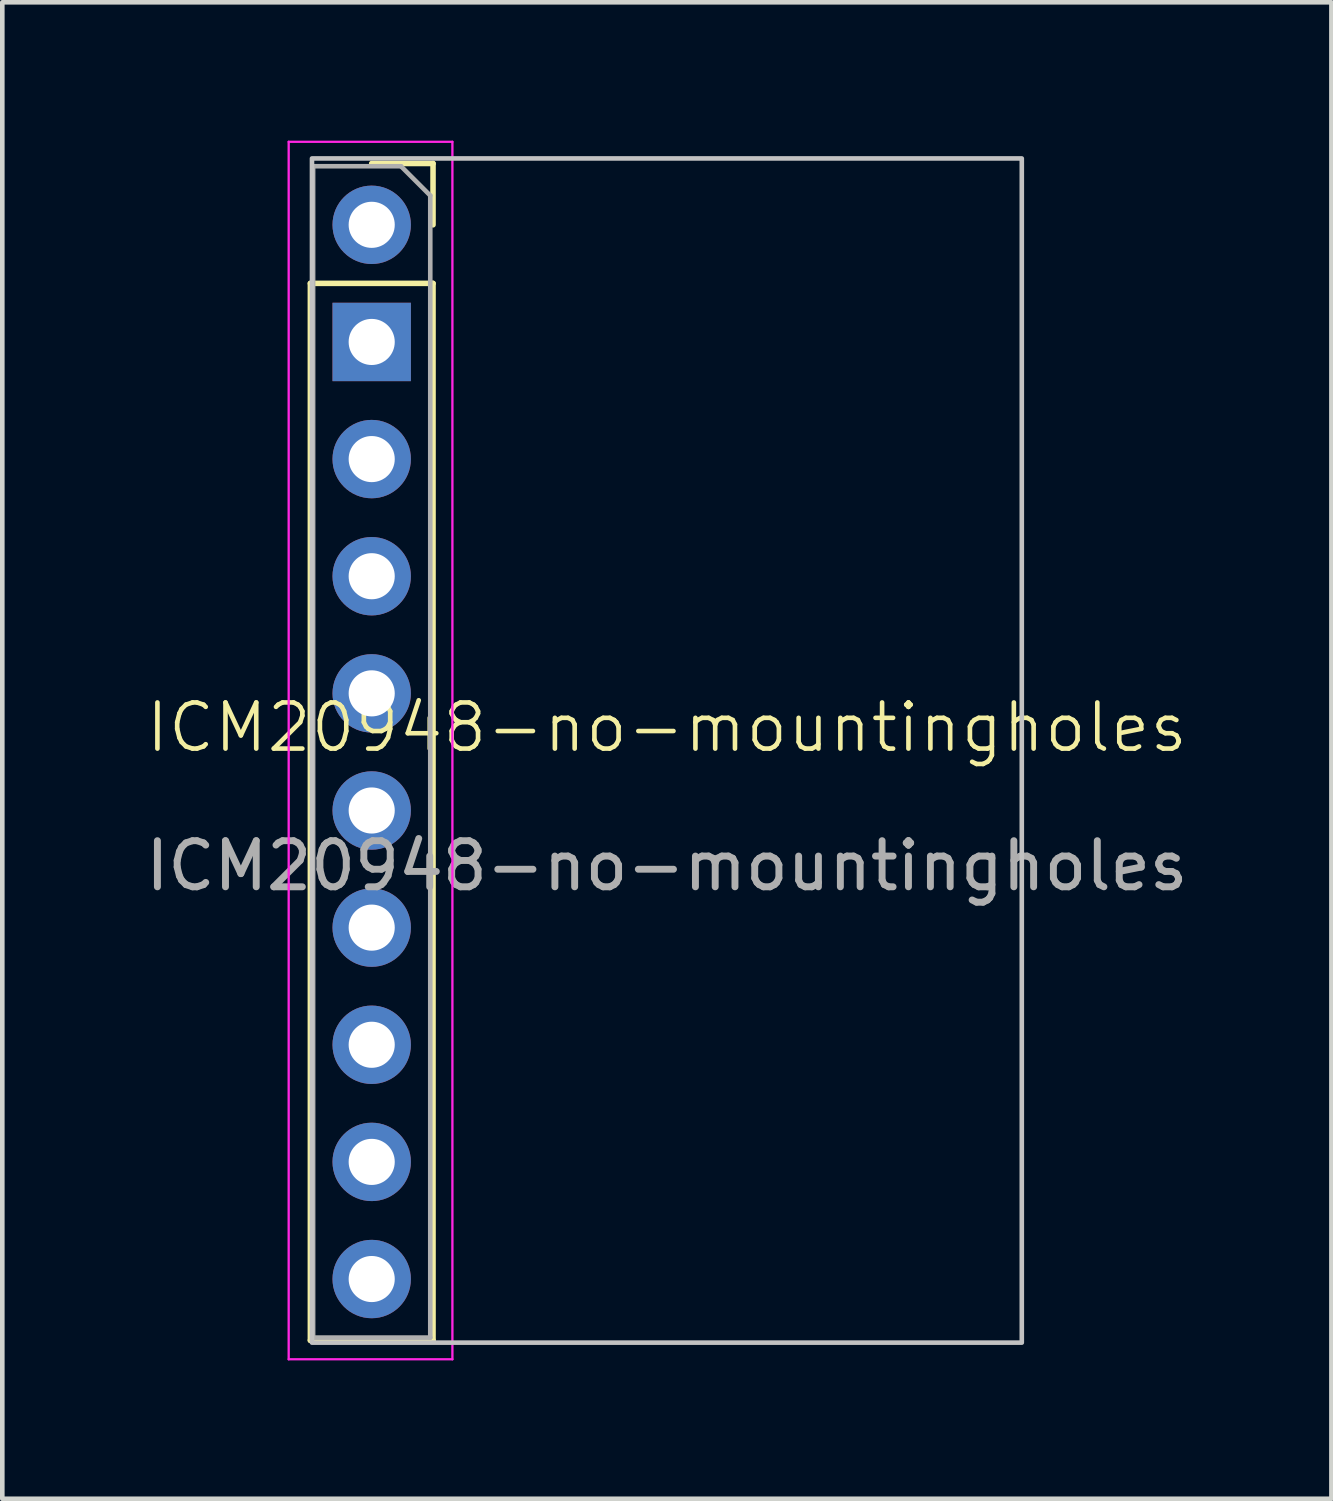
<source format=kicad_pcb>
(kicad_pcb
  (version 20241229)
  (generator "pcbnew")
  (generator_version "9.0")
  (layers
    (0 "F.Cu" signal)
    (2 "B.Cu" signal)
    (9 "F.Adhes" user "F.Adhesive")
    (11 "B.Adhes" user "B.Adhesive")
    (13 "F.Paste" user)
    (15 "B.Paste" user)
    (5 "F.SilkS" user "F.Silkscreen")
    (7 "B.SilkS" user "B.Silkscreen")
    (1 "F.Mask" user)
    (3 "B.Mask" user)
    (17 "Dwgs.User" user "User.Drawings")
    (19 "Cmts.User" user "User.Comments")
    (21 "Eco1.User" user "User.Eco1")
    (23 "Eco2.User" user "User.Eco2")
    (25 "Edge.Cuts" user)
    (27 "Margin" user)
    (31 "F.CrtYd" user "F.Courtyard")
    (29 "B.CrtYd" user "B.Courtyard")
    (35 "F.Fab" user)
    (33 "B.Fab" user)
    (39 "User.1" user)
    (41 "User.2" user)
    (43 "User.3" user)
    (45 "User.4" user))
  (footprint "ICM20948-no-mountingholes"
    (layer "F.Cu")
    (at 11.411 13.225)
    (property "Reference" "ICM20948-no-mountingholes" (at 0 -0.5 0) (unlocked yes) (layer "F.SilkS") (effects (font (size 1 1) (thickness 0.1))))
    (attr smd)
    (fp_line (start -7.731 -10.13) (end -7.731 12.79) (stroke (width 0.12) (type solid)) (layer "F.SilkS"))
    (fp_line (start -7.731 -10.13) (end -5.071 -10.13) (stroke (width 0.12) (type solid)) (layer "F.SilkS"))
    (fp_line (start -7.731 12.79) (end -5.071 12.79) (stroke (width 0.12) (type solid)) (layer "F.SilkS"))
    (fp_line (start -6.401 -12.73) (end -5.071 -12.73) (stroke (width 0.12) (type solid)) (layer "F.SilkS"))
    (fp_line (start -5.071 -12.73) (end -5.071 -11.4) (stroke (width 0.12) (type solid)) (layer "F.SilkS"))
    (fp_line (start -5.071 -10.13) (end -5.071 12.79) (stroke (width 0.12) (type solid)) (layer "F.SilkS"))
    (fp_rect (start -7.696 -12.839) (end 7.696 12.839) (stroke (width 0.1) (type default)) (fill no) (layer "Dwgs.User"))
    (fp_line (start -8.201 -13.2) (end -4.651 -13.2) (stroke (width 0.05) (type solid)) (layer "F.CrtYd"))
    (fp_line (start -8.201 13.2) (end -8.201 -13.2) (stroke (width 0.05) (type solid)) (layer "F.CrtYd"))
    (fp_line (start -4.651 -13.2) (end -4.651 13.2) (stroke (width 0.05) (type solid)) (layer "F.CrtYd"))
    (fp_line (start -4.651 13.2) (end -8.201 13.2) (stroke (width 0.05) (type solid)) (layer "F.CrtYd"))
    (fp_line (start -7.671 -12.67) (end -5.766 -12.67) (stroke (width 0.1) (type solid)) (layer "F.Fab"))
    (fp_line (start -7.671 12.73) (end -7.671 -12.67) (stroke (width 0.1) (type solid)) (layer "F.Fab"))
    (fp_line (start -5.766 -12.67) (end -5.131 -12.035) (stroke (width 0.1) (type solid)) (layer "F.Fab"))
    (fp_line (start -5.131 -12.035) (end -5.131 12.73) (stroke (width 0.1) (type solid)) (layer "F.Fab"))
    (fp_line (start -5.131 12.73) (end -7.671 12.73) (stroke (width 0.1) (type solid)) (layer "F.Fab"))
    (fp_text user "${REFERENCE}" (at 0 2.5 0) (unlocked yes) (layer "F.Fab") (effects (font (size 1 1) (thickness 0.15))))
    (pad "1" thru_hole circle (at -6.401 -11.4) (size 1.7 1.7) (drill 1) (layers "*.Cu" "*.Mask"))
    (pad "2" thru_hole rect (at -6.401 -8.86) (size 1.7 1.7) (drill 1) (layers "*.Cu" "*.Mask"))
    (pad "3" thru_hole oval (at -6.401 -6.32) (size 1.7 1.7) (drill 1) (layers "*.Cu" "*.Mask"))
    (pad "4" thru_hole oval (at -6.401 -3.78) (size 1.7 1.7) (drill 1) (layers "*.Cu" "*.Mask"))
    (pad "5" thru_hole oval (at -6.401 -1.24) (size 1.7 1.7) (drill 1) (layers "*.Cu" "*.Mask"))
    (pad "6" thru_hole oval (at -6.401 1.3) (size 1.7 1.7) (drill 1) (layers "*.Cu" "*.Mask"))
    (pad "7" thru_hole oval (at -6.401 3.84) (size 1.7 1.7) (drill 1) (layers "*.Cu" "*.Mask"))
    (pad "8" thru_hole oval (at -6.401 6.38) (size 1.7 1.7) (drill 1) (layers "*.Cu" "*.Mask"))
    (pad "9" thru_hole oval (at -6.401 8.92) (size 1.7 1.7) (drill 1) (layers "*.Cu" "*.Mask"))
    (pad "10" thru_hole oval (at -6.401 11.46) (size 1.7 1.7) (drill 1) (layers "*.Cu" "*.Mask")))
  (gr_rect
    (start -3 -3)
    (end 25.821 29.45)
    (stroke (width 0.1) (type default))
    (fill no)
    (layer "Edge.Cuts")))
</source>
